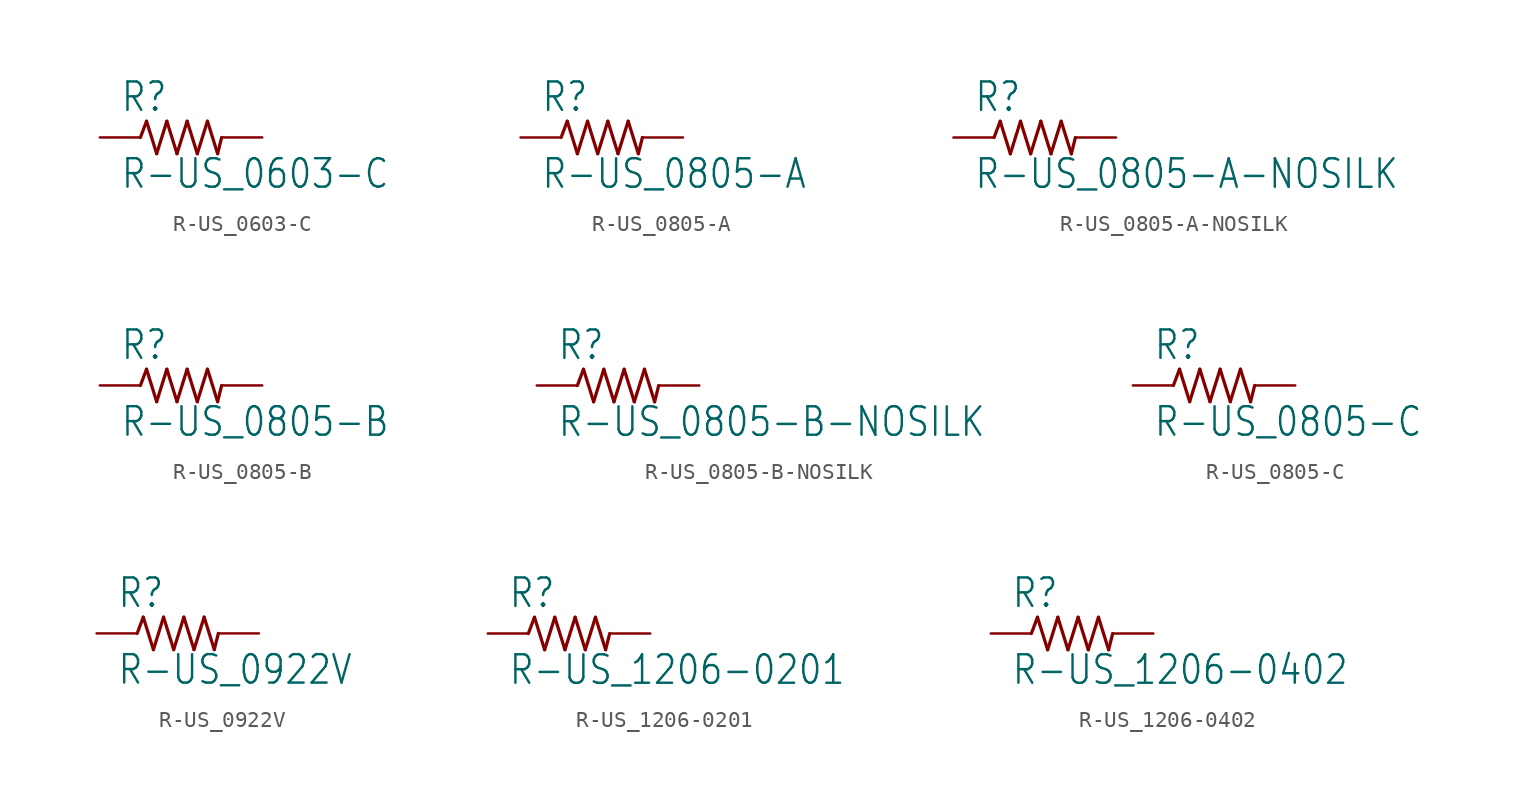
<source format=kicad_sym>
(kicad_symbol_lib
  (version 20210619)
  (generator kicad_symbol_editor)
  (symbol "R-US_0603-C"
    (property "Reference" "R"
      (at -3.81 1.499 0)
      (effects (font (size 1.778 1.511)) (justify left bottom)))
    (property "Value" "R-US_0603-C"
      (at -3.81 -3.302 0)
      (effects (font (size 1.778 1.511)) (justify left bottom)))
    (property "ki_locked" ""
      (at 0 0 0)
      (effects (font (size 1.27 1.27))))
    (symbol "R-US_0603-C_1_0"
      (polyline (pts (xy -2.54 0) (xy -2.159 1.016)) (stroke (width 0.203)) (fill (type none)))
      (polyline (pts (xy -2.159 1.016) (xy -1.524 -1.016)) (stroke (width 0.203)) (fill (type none)))
      (polyline (pts (xy -1.524 -1.016) (xy -0.889 1.016)) (stroke (width 0.203)) (fill (type none)))
      (polyline (pts (xy -0.889 1.016) (xy -0.254 -1.016)) (stroke (width 0.203)) (fill (type none)))
      (polyline (pts (xy -0.254 -1.016) (xy 0.381 1.016)) (stroke (width 0.203)) (fill (type none)))
      (polyline (pts (xy 0.381 1.016) (xy 1.016 -1.016)) (stroke (width 0.203)) (fill (type none)))
      (polyline (pts (xy 1.016 -1.016) (xy 1.651 1.016)) (stroke (width 0.203)) (fill (type none)))
      (polyline (pts (xy 1.651 1.016) (xy 2.286 -1.016)) (stroke (width 0.203)) (fill (type none)))
      (polyline (pts (xy 2.286 -1.016) (xy 2.54 0)) (stroke (width 0.203)) (fill (type none)))
      (pin passive line (at -5.08 0 0) (length 2.54) (name "1" (effects (font (size 0 0)))) (number "1" (effects (font (size 0 0)))))
      (pin passive line (at 5.08 0 180) (length 2.54) (name "2" (effects (font (size 0 0)))) (number "2" (effects (font (size 0 0)))))))
  (symbol "R-US_0805-A"
    (property "Reference" "R"
      (at -3.81 1.499 0)
      (effects (font (size 1.778 1.511)) (justify left bottom)))
    (property "Value" "R-US_0805-A"
      (at -3.81 -3.302 0)
      (effects (font (size 1.778 1.511)) (justify left bottom)))
    (property "ki_locked" ""
      (at 0 0 0)
      (effects (font (size 1.27 1.27))))
    (symbol "R-US_0805-A_1_0"
      (polyline (pts (xy -2.54 0) (xy -2.159 1.016)) (stroke (width 0.203)) (fill (type none)))
      (polyline (pts (xy -2.159 1.016) (xy -1.524 -1.016)) (stroke (width 0.203)) (fill (type none)))
      (polyline (pts (xy -1.524 -1.016) (xy -0.889 1.016)) (stroke (width 0.203)) (fill (type none)))
      (polyline (pts (xy -0.889 1.016) (xy -0.254 -1.016)) (stroke (width 0.203)) (fill (type none)))
      (polyline (pts (xy -0.254 -1.016) (xy 0.381 1.016)) (stroke (width 0.203)) (fill (type none)))
      (polyline (pts (xy 0.381 1.016) (xy 1.016 -1.016)) (stroke (width 0.203)) (fill (type none)))
      (polyline (pts (xy 1.016 -1.016) (xy 1.651 1.016)) (stroke (width 0.203)) (fill (type none)))
      (polyline (pts (xy 1.651 1.016) (xy 2.286 -1.016)) (stroke (width 0.203)) (fill (type none)))
      (polyline (pts (xy 2.286 -1.016) (xy 2.54 0)) (stroke (width 0.203)) (fill (type none)))
      (pin passive line (at -5.08 0 0) (length 2.54) (name "1" (effects (font (size 0 0)))) (number "1" (effects (font (size 0 0)))))
      (pin passive line (at 5.08 0 180) (length 2.54) (name "2" (effects (font (size 0 0)))) (number "2" (effects (font (size 0 0)))))))
  (symbol "R-US_0805-A-NOSILK"
    (property "Reference" "R"
      (at -3.81 1.499 0)
      (effects (font (size 1.778 1.511)) (justify left bottom)))
    (property "Value" "R-US_0805-A-NOSILK"
      (at -3.81 -3.302 0)
      (effects (font (size 1.778 1.511)) (justify left bottom)))
    (property "ki_locked" ""
      (at 0 0 0)
      (effects (font (size 1.27 1.27))))
    (symbol "R-US_0805-A-NOSILK_1_0"
      (polyline (pts (xy -2.54 0) (xy -2.159 1.016)) (stroke (width 0.203)) (fill (type none)))
      (polyline (pts (xy -2.159 1.016) (xy -1.524 -1.016)) (stroke (width 0.203)) (fill (type none)))
      (polyline (pts (xy -1.524 -1.016) (xy -0.889 1.016)) (stroke (width 0.203)) (fill (type none)))
      (polyline (pts (xy -0.889 1.016) (xy -0.254 -1.016)) (stroke (width 0.203)) (fill (type none)))
      (polyline (pts (xy -0.254 -1.016) (xy 0.381 1.016)) (stroke (width 0.203)) (fill (type none)))
      (polyline (pts (xy 0.381 1.016) (xy 1.016 -1.016)) (stroke (width 0.203)) (fill (type none)))
      (polyline (pts (xy 1.016 -1.016) (xy 1.651 1.016)) (stroke (width 0.203)) (fill (type none)))
      (polyline (pts (xy 1.651 1.016) (xy 2.286 -1.016)) (stroke (width 0.203)) (fill (type none)))
      (polyline (pts (xy 2.286 -1.016) (xy 2.54 0)) (stroke (width 0.203)) (fill (type none)))
      (pin passive line (at -5.08 0 0) (length 2.54) (name "1" (effects (font (size 0 0)))) (number "1" (effects (font (size 0 0)))))
      (pin passive line (at 5.08 0 180) (length 2.54) (name "2" (effects (font (size 0 0)))) (number "2" (effects (font (size 0 0)))))))
  (symbol "R-US_0805-B"
    (property "Reference" "R"
      (at -3.81 1.499 0)
      (effects (font (size 1.778 1.511)) (justify left bottom)))
    (property "Value" "R-US_0805-B"
      (at -3.81 -3.302 0)
      (effects (font (size 1.778 1.511)) (justify left bottom)))
    (property "ki_locked" ""
      (at 0 0 0)
      (effects (font (size 1.27 1.27))))
    (symbol "R-US_0805-B_1_0"
      (polyline (pts (xy -2.54 0) (xy -2.159 1.016)) (stroke (width 0.203)) (fill (type none)))
      (polyline (pts (xy -2.159 1.016) (xy -1.524 -1.016)) (stroke (width 0.203)) (fill (type none)))
      (polyline (pts (xy -1.524 -1.016) (xy -0.889 1.016)) (stroke (width 0.203)) (fill (type none)))
      (polyline (pts (xy -0.889 1.016) (xy -0.254 -1.016)) (stroke (width 0.203)) (fill (type none)))
      (polyline (pts (xy -0.254 -1.016) (xy 0.381 1.016)) (stroke (width 0.203)) (fill (type none)))
      (polyline (pts (xy 0.381 1.016) (xy 1.016 -1.016)) (stroke (width 0.203)) (fill (type none)))
      (polyline (pts (xy 1.016 -1.016) (xy 1.651 1.016)) (stroke (width 0.203)) (fill (type none)))
      (polyline (pts (xy 1.651 1.016) (xy 2.286 -1.016)) (stroke (width 0.203)) (fill (type none)))
      (polyline (pts (xy 2.286 -1.016) (xy 2.54 0)) (stroke (width 0.203)) (fill (type none)))
      (pin passive line (at -5.08 0 0) (length 2.54) (name "1" (effects (font (size 0 0)))) (number "1" (effects (font (size 0 0)))))
      (pin passive line (at 5.08 0 180) (length 2.54) (name "2" (effects (font (size 0 0)))) (number "2" (effects (font (size 0 0)))))))
  (symbol "R-US_0805-B-NOSILK"
    (property "Reference" "R"
      (at -3.81 1.499 0)
      (effects (font (size 1.778 1.511)) (justify left bottom)))
    (property "Value" "R-US_0805-B-NOSILK"
      (at -3.81 -3.302 0)
      (effects (font (size 1.778 1.511)) (justify left bottom)))
    (property "ki_locked" ""
      (at 0 0 0)
      (effects (font (size 1.27 1.27))))
    (symbol "R-US_0805-B-NOSILK_1_0"
      (polyline (pts (xy -2.54 0) (xy -2.159 1.016)) (stroke (width 0.203)) (fill (type none)))
      (polyline (pts (xy -2.159 1.016) (xy -1.524 -1.016)) (stroke (width 0.203)) (fill (type none)))
      (polyline (pts (xy -1.524 -1.016) (xy -0.889 1.016)) (stroke (width 0.203)) (fill (type none)))
      (polyline (pts (xy -0.889 1.016) (xy -0.254 -1.016)) (stroke (width 0.203)) (fill (type none)))
      (polyline (pts (xy -0.254 -1.016) (xy 0.381 1.016)) (stroke (width 0.203)) (fill (type none)))
      (polyline (pts (xy 0.381 1.016) (xy 1.016 -1.016)) (stroke (width 0.203)) (fill (type none)))
      (polyline (pts (xy 1.016 -1.016) (xy 1.651 1.016)) (stroke (width 0.203)) (fill (type none)))
      (polyline (pts (xy 1.651 1.016) (xy 2.286 -1.016)) (stroke (width 0.203)) (fill (type none)))
      (polyline (pts (xy 2.286 -1.016) (xy 2.54 0)) (stroke (width 0.203)) (fill (type none)))
      (pin passive line (at -5.08 0 0) (length 2.54) (name "1" (effects (font (size 0 0)))) (number "1" (effects (font (size 0 0)))))
      (pin passive line (at 5.08 0 180) (length 2.54) (name "2" (effects (font (size 0 0)))) (number "2" (effects (font (size 0 0)))))))
  (symbol "R-US_0805-C"
    (property "Reference" "R"
      (at -3.81 1.499 0)
      (effects (font (size 1.778 1.511)) (justify left bottom)))
    (property "Value" "R-US_0805-C"
      (at -3.81 -3.302 0)
      (effects (font (size 1.778 1.511)) (justify left bottom)))
    (property "ki_locked" ""
      (at 0 0 0)
      (effects (font (size 1.27 1.27))))
    (symbol "R-US_0805-C_1_0"
      (polyline (pts (xy -2.54 0) (xy -2.159 1.016)) (stroke (width 0.203)) (fill (type none)))
      (polyline (pts (xy -2.159 1.016) (xy -1.524 -1.016)) (stroke (width 0.203)) (fill (type none)))
      (polyline (pts (xy -1.524 -1.016) (xy -0.889 1.016)) (stroke (width 0.203)) (fill (type none)))
      (polyline (pts (xy -0.889 1.016) (xy -0.254 -1.016)) (stroke (width 0.203)) (fill (type none)))
      (polyline (pts (xy -0.254 -1.016) (xy 0.381 1.016)) (stroke (width 0.203)) (fill (type none)))
      (polyline (pts (xy 0.381 1.016) (xy 1.016 -1.016)) (stroke (width 0.203)) (fill (type none)))
      (polyline (pts (xy 1.016 -1.016) (xy 1.651 1.016)) (stroke (width 0.203)) (fill (type none)))
      (polyline (pts (xy 1.651 1.016) (xy 2.286 -1.016)) (stroke (width 0.203)) (fill (type none)))
      (polyline (pts (xy 2.286 -1.016) (xy 2.54 0)) (stroke (width 0.203)) (fill (type none)))
      (pin passive line (at -5.08 0 0) (length 2.54) (name "1" (effects (font (size 0 0)))) (number "1" (effects (font (size 0 0)))))
      (pin passive line (at 5.08 0 180) (length 2.54) (name "2" (effects (font (size 0 0)))) (number "2" (effects (font (size 0 0)))))))
  (symbol "R-US_0922V"
    (property "Reference" "R"
      (at -3.81 1.499 0)
      (effects (font (size 1.778 1.511)) (justify left bottom)))
    (property "Value" "R-US_0922V"
      (at -3.81 -3.302 0)
      (effects (font (size 1.778 1.511)) (justify left bottom)))
    (property "ki_locked" ""
      (at 0 0 0)
      (effects (font (size 1.27 1.27))))
    (symbol "R-US_0922V_1_0"
      (polyline (pts (xy -2.54 0) (xy -2.159 1.016)) (stroke (width 0.203)) (fill (type none)))
      (polyline (pts (xy -2.159 1.016) (xy -1.524 -1.016)) (stroke (width 0.203)) (fill (type none)))
      (polyline (pts (xy -1.524 -1.016) (xy -0.889 1.016)) (stroke (width 0.203)) (fill (type none)))
      (polyline (pts (xy -0.889 1.016) (xy -0.254 -1.016)) (stroke (width 0.203)) (fill (type none)))
      (polyline (pts (xy -0.254 -1.016) (xy 0.381 1.016)) (stroke (width 0.203)) (fill (type none)))
      (polyline (pts (xy 0.381 1.016) (xy 1.016 -1.016)) (stroke (width 0.203)) (fill (type none)))
      (polyline (pts (xy 1.016 -1.016) (xy 1.651 1.016)) (stroke (width 0.203)) (fill (type none)))
      (polyline (pts (xy 1.651 1.016) (xy 2.286 -1.016)) (stroke (width 0.203)) (fill (type none)))
      (polyline (pts (xy 2.286 -1.016) (xy 2.54 0)) (stroke (width 0.203)) (fill (type none)))
      (pin passive line (at -5.08 0 0) (length 2.54) (name "1" (effects (font (size 0 0)))) (number "1" (effects (font (size 0 0)))))
      (pin passive line (at 5.08 0 180) (length 2.54) (name "2" (effects (font (size 0 0)))) (number "2" (effects (font (size 0 0)))))))
  (symbol "R-US_1206-0201"
    (property "Reference" "R"
      (at -3.81 1.499 0)
      (effects (font (size 1.778 1.511)) (justify left bottom)))
    (property "Value" "R-US_1206-0201"
      (at -3.81 -3.302 0)
      (effects (font (size 1.778 1.511)) (justify left bottom)))
    (property "ki_locked" ""
      (at 0 0 0)
      (effects (font (size 1.27 1.27))))
    (symbol "R-US_1206-0201_1_0"
      (polyline (pts (xy -2.54 0) (xy -2.159 1.016)) (stroke (width 0.203)) (fill (type none)))
      (polyline (pts (xy -2.159 1.016) (xy -1.524 -1.016)) (stroke (width 0.203)) (fill (type none)))
      (polyline (pts (xy -1.524 -1.016) (xy -0.889 1.016)) (stroke (width 0.203)) (fill (type none)))
      (polyline (pts (xy -0.889 1.016) (xy -0.254 -1.016)) (stroke (width 0.203)) (fill (type none)))
      (polyline (pts (xy -0.254 -1.016) (xy 0.381 1.016)) (stroke (width 0.203)) (fill (type none)))
      (polyline (pts (xy 0.381 1.016) (xy 1.016 -1.016)) (stroke (width 0.203)) (fill (type none)))
      (polyline (pts (xy 1.016 -1.016) (xy 1.651 1.016)) (stroke (width 0.203)) (fill (type none)))
      (polyline (pts (xy 1.651 1.016) (xy 2.286 -1.016)) (stroke (width 0.203)) (fill (type none)))
      (polyline (pts (xy 2.286 -1.016) (xy 2.54 0)) (stroke (width 0.203)) (fill (type none)))
      (pin passive line (at -5.08 0 0) (length 2.54) (name "1" (effects (font (size 0 0)))) (number "1" (effects (font (size 0 0)))))
      (pin passive line (at 5.08 0 180) (length 2.54) (name "2" (effects (font (size 0 0)))) (number "2" (effects (font (size 0 0)))))))
  (symbol "R-US_1206-0402"
    (property "Reference" "R"
      (at -3.81 1.499 0)
      (effects (font (size 1.778 1.511)) (justify left bottom)))
    (property "Value" "R-US_1206-0402"
      (at -3.81 -3.302 0)
      (effects (font (size 1.778 1.511)) (justify left bottom)))
    (property "ki_locked" ""
      (at 0 0 0)
      (effects (font (size 1.27 1.27))))
    (symbol "R-US_1206-0402_1_0"
      (polyline (pts (xy -2.54 0) (xy -2.159 1.016)) (stroke (width 0.203)) (fill (type none)))
      (polyline (pts (xy -2.159 1.016) (xy -1.524 -1.016)) (stroke (width 0.203)) (fill (type none)))
      (polyline (pts (xy -1.524 -1.016) (xy -0.889 1.016)) (stroke (width 0.203)) (fill (type none)))
      (polyline (pts (xy -0.889 1.016) (xy -0.254 -1.016)) (stroke (width 0.203)) (fill (type none)))
      (polyline (pts (xy -0.254 -1.016) (xy 0.381 1.016)) (stroke (width 0.203)) (fill (type none)))
      (polyline (pts (xy 0.381 1.016) (xy 1.016 -1.016)) (stroke (width 0.203)) (fill (type none)))
      (polyline (pts (xy 1.016 -1.016) (xy 1.651 1.016)) (stroke (width 0.203)) (fill (type none)))
      (polyline (pts (xy 1.651 1.016) (xy 2.286 -1.016)) (stroke (width 0.203)) (fill (type none)))
      (polyline (pts (xy 2.286 -1.016) (xy 2.54 0)) (stroke (width 0.203)) (fill (type none)))
      (pin passive line (at -5.08 0 0) (length 2.54) (name "1" (effects (font (size 0 0)))) (number "1" (effects (font (size 0 0)))))
      (pin passive line (at 5.08 0 180) (length 2.54) (name "2" (effects (font (size 0 0)))) (number "2" (effects (font (size 0 0))))))))
</source>
